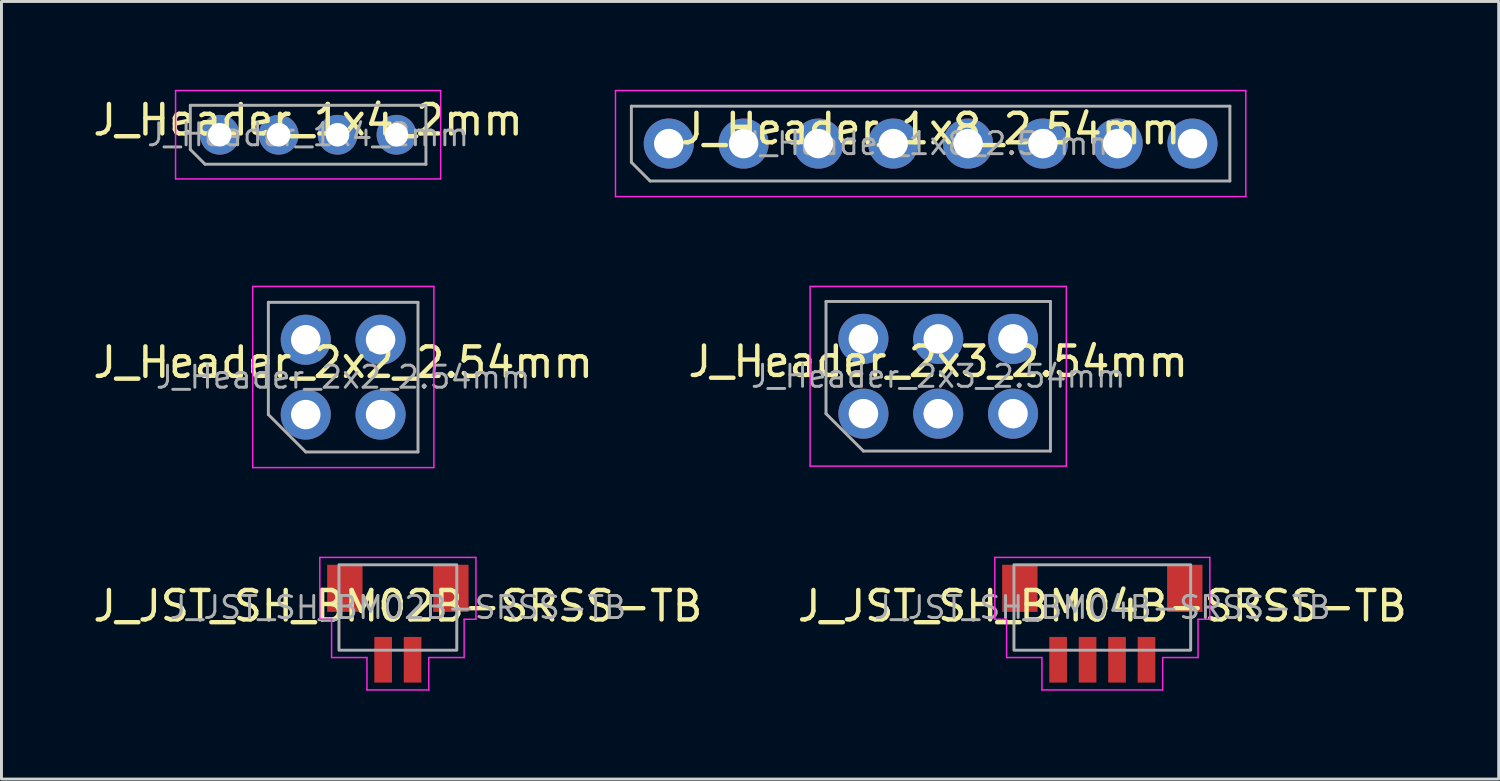
<source format=kicad_pcb>
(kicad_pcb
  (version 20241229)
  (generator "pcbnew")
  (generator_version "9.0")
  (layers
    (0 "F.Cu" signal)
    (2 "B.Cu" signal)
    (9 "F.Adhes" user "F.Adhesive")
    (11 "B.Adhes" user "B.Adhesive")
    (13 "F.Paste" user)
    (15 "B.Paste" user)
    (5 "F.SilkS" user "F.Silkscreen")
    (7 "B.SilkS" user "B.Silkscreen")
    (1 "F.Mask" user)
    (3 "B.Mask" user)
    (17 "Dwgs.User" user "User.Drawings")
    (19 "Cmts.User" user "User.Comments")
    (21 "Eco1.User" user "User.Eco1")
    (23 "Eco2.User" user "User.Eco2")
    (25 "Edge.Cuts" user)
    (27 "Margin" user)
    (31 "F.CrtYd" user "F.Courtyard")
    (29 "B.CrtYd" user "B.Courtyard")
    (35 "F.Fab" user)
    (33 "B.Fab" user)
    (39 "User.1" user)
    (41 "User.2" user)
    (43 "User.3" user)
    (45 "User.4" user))
  (footprint "J_Header_1x4_2mm"
    (layer "F.Cu")
    (at 7.411 1.525)
    (property "Reference" "J_Header_1x4_2mm" (at 0 -0.5 0) (unlocked yes) (layer "F.SilkS") (effects (font (size 1 1) (thickness 0.15))))
    (attr through_hole)
    (fp_line (start -4.5 -1.5) (end -4.5 1.5) (stroke (width 0.05) (type solid)) (layer "F.CrtYd"))
    (fp_line (start -4.5 1.5) (end 4.5 1.5) (stroke (width 0.05) (type solid)) (layer "F.CrtYd"))
    (fp_line (start 4.5 -1.5) (end -4.5 -1.5) (stroke (width 0.05) (type solid)) (layer "F.CrtYd"))
    (fp_line (start 4.5 1.5) (end 4.5 -1.5) (stroke (width 0.05) (type solid)) (layer "F.CrtYd"))
    (fp_line (start -4 -1) (end 4 -1) (stroke (width 0.1) (type solid)) (layer "F.Fab"))
    (fp_line (start -4 0.5) (end -4 -1) (stroke (width 0.1) (type solid)) (layer "F.Fab"))
    (fp_line (start -3.5 1) (end -4 0.5) (stroke (width 0.1) (type solid)) (layer "F.Fab"))
    (fp_line (start 4 -1) (end 4 1) (stroke (width 0.1) (type solid)) (layer "F.Fab"))
    (fp_line (start 4 1) (end -3.5 1) (stroke (width 0.1) (type solid)) (layer "F.Fab"))
    (fp_text user "${REFERENCE}" (at 0 0 180) (layer "F.Fab") (effects (font (size 0.75 0.75) (thickness 0.1))))
    (pad "1" thru_hole circle (at -3 0 90) (size 1.35 1.35) (drill 0.8) (layers "*.Cu" "*.Mask"))
    (pad "2" thru_hole oval (at -1 0 90) (size 1.35 1.35) (drill 0.8) (layers "*.Cu" "*.Mask"))
    (pad "3" thru_hole oval (at 1 0 90) (size 1.35 1.35) (drill 0.8) (layers "*.Cu" "*.Mask"))
    (pad "4" thru_hole oval (at 3 0 90) (size 1.35 1.35) (drill 0.8) (layers "*.Cu" "*.Mask")))
  (footprint "J_Header_2x2_2.54mm"
    (layer "F.Cu")
    (at 8.601 9.755)
    (property "Reference" "J_Header_2x2_2.54mm" (at 0 -0.5 0) (unlocked yes) (layer "F.SilkS") (effects (font (size 1 1) (thickness 0.15))))
    (attr through_hole)
    (fp_line (start -3.07 -3.08) (end -3.07 3.07) (stroke (width 0.05) (type solid)) (layer "F.CrtYd"))
    (fp_line (start -3.07 3.07) (end 3.08 3.07) (stroke (width 0.05) (type solid)) (layer "F.CrtYd"))
    (fp_line (start 3.08 -3.08) (end -3.07 -3.08) (stroke (width 0.05) (type solid)) (layer "F.CrtYd"))
    (fp_line (start 3.08 3.07) (end 3.08 -3.08) (stroke (width 0.05) (type solid)) (layer "F.CrtYd"))
    (fp_line (start -2.54 -2.54) (end 2.54 -2.54) (stroke (width 0.1) (type solid)) (layer "F.Fab"))
    (fp_line (start -2.54 1.27) (end -2.54 -2.54) (stroke (width 0.1) (type solid)) (layer "F.Fab"))
    (fp_line (start -1.27 2.54) (end -2.54 1.27) (stroke (width 0.1) (type solid)) (layer "F.Fab"))
    (fp_line (start 2.54 -2.54) (end 2.54 2.54) (stroke (width 0.1) (type solid)) (layer "F.Fab"))
    (fp_line (start 2.54 2.54) (end -1.27 2.54) (stroke (width 0.1) (type solid)) (layer "F.Fab"))
    (fp_text user "${REFERENCE}" (at 0 0 180) (layer "F.Fab") (effects (font (size 0.75 0.75) (thickness 0.1))))
    (pad "1" thru_hole circle (at -1.27 1.27 90) (size 1.7 1.7) (drill 1) (layers "*.Cu" "*.Mask"))
    (pad "2" thru_hole oval (at -1.27 -1.27 90) (size 1.7 1.7) (drill 1) (layers "*.Cu" "*.Mask"))
    (pad "3" thru_hole oval (at 1.27 1.27 90) (size 1.7 1.7) (drill 1) (layers "*.Cu" "*.Mask"))
    (pad "4" thru_hole oval (at 1.27 -1.27 90) (size 1.7 1.7) (drill 1) (layers "*.Cu" "*.Mask")))
  (footprint "J_Header_2x3_2.54mm"
    (layer "F.Cu")
    (at 28.804 9.725)
    (property "Reference" "J_Header_2x3_2.54mm" (at 0 -0.5 0) (unlocked yes) (layer "F.SilkS") (effects (font (size 1 1) (thickness 0.15))))
    (attr smd)
    (fp_line (start -4.35 -3.05) (end -4.35 3.05) (stroke (width 0.05) (type solid)) (layer "F.CrtYd"))
    (fp_line (start -4.35 3.05) (end 4.35 3.05) (stroke (width 0.05) (type solid)) (layer "F.CrtYd"))
    (fp_line (start 4.35 -3.05) (end -4.35 -3.05) (stroke (width 0.05) (type solid)) (layer "F.CrtYd"))
    (fp_line (start 4.35 3.05) (end 4.35 -3.05) (stroke (width 0.05) (type solid)) (layer "F.CrtYd"))
    (fp_line (start -3.81 -2.54) (end 3.81 -2.54) (stroke (width 0.1) (type solid)) (layer "F.Fab"))
    (fp_line (start -3.81 1.27) (end -3.81 -2.54) (stroke (width 0.1) (type solid)) (layer "F.Fab"))
    (fp_line (start -2.54 2.54) (end -3.81 1.27) (stroke (width 0.1) (type solid)) (layer "F.Fab"))
    (fp_line (start 3.81 -2.54) (end 3.81 2.54) (stroke (width 0.1) (type solid)) (layer "F.Fab"))
    (fp_line (start 3.81 2.54) (end -2.54 2.54) (stroke (width 0.1) (type solid)) (layer "F.Fab"))
    (fp_text user "${REFERENCE}" (at 0 0 180) (layer "F.Fab") (effects (font (size 0.75 0.75) (thickness 0.1))))
    (pad "1" thru_hole circle (at -2.54 1.27 90) (size 1.7 1.7) (drill 1) (layers "*.Cu" "*.Mask"))
    (pad "2" thru_hole oval (at -2.54 -1.27 90) (size 1.7 1.7) (drill 1) (layers "*.Cu" "*.Mask"))
    (pad "3" thru_hole oval (at 0 1.27 90) (size 1.7 1.7) (drill 1) (layers "*.Cu" "*.Mask"))
    (pad "4" thru_hole oval (at 0 -1.27 90) (size 1.7 1.7) (drill 1) (layers "*.Cu" "*.Mask"))
    (pad "5" thru_hole oval (at 2.54 1.27 90) (size 1.7 1.7) (drill 1) (layers "*.Cu" "*.Mask"))
    (pad "6" thru_hole oval (at 2.54 -1.27 90) (size 1.7 1.7) (drill 1) (layers "*.Cu" "*.Mask")))
  (footprint "J_JST_SH_BM04B-SRSS-TB"
    (layer "F.Cu")
    (at 34.375 18.025)
    (property "Reference" "J_JST_SH_BM04B-SRSS-TB" (at 0 -0.5 0) (unlocked yes) (layer "F.SilkS") (effects (font (size 1 1) (thickness 0.15))))
    (attr smd)
    (fp_line (start -3.65 -2.15) (end -3.65 -0.05) (stroke (width 0.05) (type default)) (layer "F.CrtYd"))
    (fp_line (start -3.65 -0.05) (end -3.25 -0.05) (stroke (width 0.05) (type default)) (layer "F.CrtYd"))
    (fp_line (start -3.25 -0.05) (end -3.25 1.25) (stroke (width 0.05) (type default)) (layer "F.CrtYd"))
    (fp_line (start -3.25 1.25) (end -2.05 1.25) (stroke (width 0.05) (type default)) (layer "F.CrtYd"))
    (fp_line (start -2.05 1.25) (end -2.05 2.35) (stroke (width 0.05) (type default)) (layer "F.CrtYd"))
    (fp_line (start -2.05 2.35) (end 2.05 2.35) (stroke (width 0.05) (type default)) (layer "F.CrtYd"))
    (fp_line (start 2.05 1.25) (end 3.25 1.25) (stroke (width 0.05) (type default)) (layer "F.CrtYd"))
    (fp_line (start 2.05 2.35) (end 2.05 1.25) (stroke (width 0.05) (type default)) (layer "F.CrtYd"))
    (fp_line (start 3.25 -0.05) (end 3.65 -0.05) (stroke (width 0.05) (type default)) (layer "F.CrtYd"))
    (fp_line (start 3.25 1.25) (end 3.25 -0.05) (stroke (width 0.05) (type default)) (layer "F.CrtYd"))
    (fp_line (start 3.65 -2.15) (end -3.65 -2.15) (stroke (width 0.05) (type default)) (layer "F.CrtYd"))
    (fp_line (start 3.65 -0.05) (end 3.65 -2.15) (stroke (width 0.05) (type default)) (layer "F.CrtYd"))
    (fp_rect (start -3 1) (end 3 -1.9) (stroke (width 0.1) (type default)) (fill no) (layer "F.Fab"))
    (fp_text user "${REFERENCE}" (at 0 -0.45 0) (layer "F.Fab") (effects (font (size 0.75 0.75) (thickness 0.1))))
    (pad "1" smd rect (at -1.5 1.325 90) (size 1.55 0.6) (layers "F.Cu" "F.Mask" "F.Paste"))
    (pad "2" smd rect (at -0.5 1.325 90) (size 1.55 0.6) (layers "F.Cu" "F.Mask" "F.Paste"))
    (pad "3" smd rect (at 0.5 1.325 90) (size 1.55 0.6) (layers "F.Cu" "F.Mask" "F.Paste"))
    (pad "4" smd rect (at 1.5 1.325 90) (size 1.55 0.6) (layers "F.Cu" "F.Mask" "F.Paste"))
    (pad "MP" smd rect (at -2.8 -1.1 90) (size 1.6 1.2) (layers "F.Cu" "F.Mask" "F.Paste"))
    (pad "MP" smd rect (at 2.8 -1.1 90) (size 1.6 1.2) (layers "F.Cu" "F.Mask" "F.Paste")))
  (footprint "J_JST_SH_BM02B-SRSS-TB"
    (layer "F.Cu")
    (at 10.458 18.025)
    (property "Reference" "J_JST_SH_BM02B-SRSS-TB" (at 0 -0.5 0) (unlocked yes) (layer "F.SilkS") (effects (font (size 1 1) (thickness 0.15))))
    (attr smd)
    (fp_line (start -2.65 -0.05) (end -2.65 -2.15) (stroke (width 0.05) (type default)) (layer "F.CrtYd"))
    (fp_line (start -2.25 -0.05) (end -2.65 -0.05) (stroke (width 0.05) (type default)) (layer "F.CrtYd"))
    (fp_line (start -2.25 1.25) (end -2.25 -0.05) (stroke (width 0.05) (type default)) (layer "F.CrtYd"))
    (fp_line (start -1.05 1.25) (end -2.25 1.25) (stroke (width 0.05) (type default)) (layer "F.CrtYd"))
    (fp_line (start -1.05 2.35) (end -1.05 1.25) (stroke (width 0.05) (type default)) (layer "F.CrtYd"))
    (fp_line (start -1.05 2.35) (end 1.05 2.35) (stroke (width 0.05) (type default)) (layer "F.CrtYd"))
    (fp_line (start 1.05 1.25) (end 2.25 1.25) (stroke (width 0.05) (type default)) (layer "F.CrtYd"))
    (fp_line (start 1.05 2.35) (end 1.05 1.25) (stroke (width 0.05) (type default)) (layer "F.CrtYd"))
    (fp_line (start 2.25 -0.05) (end 2.65 -0.05) (stroke (width 0.05) (type default)) (layer "F.CrtYd"))
    (fp_line (start 2.25 1.25) (end 2.25 -0.05) (stroke (width 0.05) (type default)) (layer "F.CrtYd"))
    (fp_line (start 2.65 -2.15) (end -2.65 -2.15) (stroke (width 0.05) (type default)) (layer "F.CrtYd"))
    (fp_line (start 2.65 -0.05) (end 2.65 -2.15) (stroke (width 0.05) (type default)) (layer "F.CrtYd"))
    (fp_rect (start -2 1) (end 2 -1.9) (stroke (width 0.1) (type default)) (fill no) (layer "F.Fab"))
    (fp_text user "${REFERENCE}" (at 0 -0.45 0) (layer "F.Fab") (effects (font (size 0.75 0.75) (thickness 0.1))))
    (pad "1" smd rect (at -0.5 1.325 90) (size 1.55 0.6) (layers "F.Cu" "F.Mask" "F.Paste"))
    (pad "2" smd rect (at 0.5 1.325 90) (size 1.55 0.6) (layers "F.Cu" "F.Mask" "F.Paste"))
    (pad "MP" smd rect (at -1.8 -1.1 90) (size 1.6 1.2) (layers "F.Cu" "F.Mask" "F.Paste"))
    (pad "MP" smd rect (at 1.8 -1.1 90) (size 1.6 1.2) (layers "F.Cu" "F.Mask" "F.Paste")))
  (footprint "J_Header_1x8_2.54mm"
    (layer "F.Cu")
    (at 28.546 1.825)
    (property "Reference" "J_Header_1x8_2.54mm" (at 0 -0.5 0) (unlocked yes) (layer "F.SilkS") (effects (font (size 1 1) (thickness 0.15))))
    (attr smd)
    (fp_line (start -10.7 -1.8) (end -10.7 1.8) (stroke (width 0.05) (type solid)) (layer "F.CrtYd"))
    (fp_line (start -10.7 1.8) (end 10.7 1.8) (stroke (width 0.05) (type solid)) (layer "F.CrtYd"))
    (fp_line (start 10.7 -1.8) (end -10.7 -1.8) (stroke (width 0.05) (type solid)) (layer "F.CrtYd"))
    (fp_line (start 10.7 1.8) (end 10.7 -1.8) (stroke (width 0.05) (type solid)) (layer "F.CrtYd"))
    (fp_line (start -10.16 -1.27) (end 10.16 -1.27) (stroke (width 0.1) (type solid)) (layer "F.Fab"))
    (fp_line (start -10.16 0.635) (end -10.16 -1.27) (stroke (width 0.1) (type solid)) (layer "F.Fab"))
    (fp_line (start -9.525 1.27) (end -10.16 0.635) (stroke (width 0.1) (type solid)) (layer "F.Fab"))
    (fp_line (start 10.16 -1.27) (end 10.16 1.27) (stroke (width 0.1) (type solid)) (layer "F.Fab"))
    (fp_line (start 10.16 1.27) (end -9.525 1.27) (stroke (width 0.1) (type solid)) (layer "F.Fab"))
    (fp_text user "${REFERENCE}" (at 0 0 180) (layer "F.Fab") (effects (font (size 0.75 0.75) (thickness 0.1))))
    (pad "1" thru_hole circle (at -8.89 0 90) (size 1.7 1.7) (drill 1) (layers "*.Cu" "*.Mask"))
    (pad "2" thru_hole oval (at -6.35 0 90) (size 1.7 1.7) (drill 1) (layers "*.Cu" "*.Mask"))
    (pad "3" thru_hole oval (at -3.81 0 90) (size 1.7 1.7) (drill 1) (layers "*.Cu" "*.Mask"))
    (pad "4" thru_hole oval (at -1.27 0 90) (size 1.7 1.7) (drill 1) (layers "*.Cu" "*.Mask"))
    (pad "5" thru_hole oval (at 1.27 0 90) (size 1.7 1.7) (drill 1) (layers "*.Cu" "*.Mask"))
    (pad "6" thru_hole oval (at 3.81 0 90) (size 1.7 1.7) (drill 1) (layers "*.Cu" "*.Mask"))
    (pad "7" thru_hole oval (at 6.35 0 90) (size 1.7 1.7) (drill 1) (layers "*.Cu" "*.Mask"))
    (pad "8" thru_hole oval (at 8.89 0 90) (size 1.7 1.7) (drill 1) (layers "*.Cu" "*.Mask")))
  (gr_rect
    (start -3 -3)
    (end 47.833 23.4)
    (stroke (width 0.1) (type default))
    (fill no)
    (layer "Edge.Cuts")))
</source>
